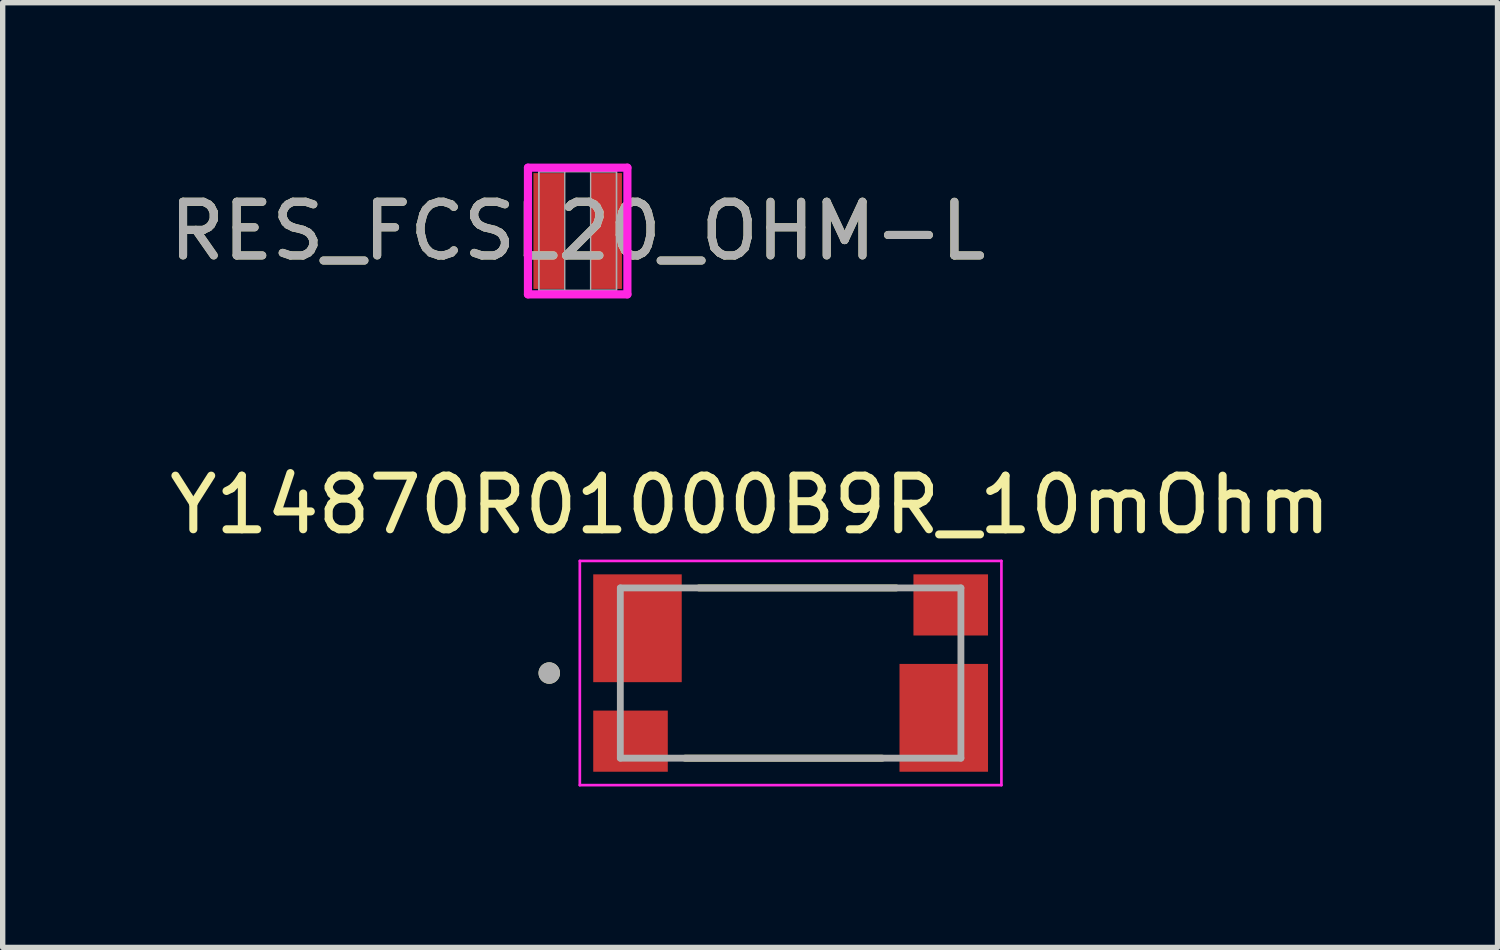
<source format=kicad_pcb>
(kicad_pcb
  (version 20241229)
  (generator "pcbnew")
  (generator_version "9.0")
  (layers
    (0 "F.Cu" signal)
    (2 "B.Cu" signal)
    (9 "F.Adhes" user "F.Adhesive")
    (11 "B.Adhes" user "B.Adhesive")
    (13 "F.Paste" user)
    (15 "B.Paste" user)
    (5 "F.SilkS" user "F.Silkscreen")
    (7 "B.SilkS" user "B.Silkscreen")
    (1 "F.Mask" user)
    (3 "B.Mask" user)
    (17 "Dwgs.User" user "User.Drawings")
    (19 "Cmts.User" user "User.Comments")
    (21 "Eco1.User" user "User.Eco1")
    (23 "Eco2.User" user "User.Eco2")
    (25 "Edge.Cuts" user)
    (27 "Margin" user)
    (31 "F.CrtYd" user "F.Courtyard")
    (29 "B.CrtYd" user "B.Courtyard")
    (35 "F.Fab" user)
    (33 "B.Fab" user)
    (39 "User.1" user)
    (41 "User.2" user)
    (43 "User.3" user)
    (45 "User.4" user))
  (footprint "RES_FCSL20_OHM-L"
    (layer "F.Cu")
    (at 7.72 1.257)
    (property "Reference" "RES_FCSL20_OHM-L" (at 0 0 0) (unlocked yes) (layer "F.SilkS") (effects (font (size 1 1) (thickness 0.15))))
    (attr smd)
    (fp_line (start -0.927 -1.181) (end 0.927 -1.181) (stroke (width 0.152) (type solid)) (layer "F.CrtYd"))
    (fp_line (start -0.927 1.181) (end -0.927 -1.181) (stroke (width 0.152) (type solid)) (layer "F.CrtYd"))
    (fp_line (start 0.927 -1.181) (end 0.927 1.181) (stroke (width 0.152) (type solid)) (layer "F.CrtYd"))
    (fp_line (start 0.927 1.181) (end -0.927 1.181) (stroke (width 0.152) (type solid)) (layer "F.CrtYd"))
    (fp_line (start -0.724 -1.105) (end -0.724 1.105) (stroke (width 0.025) (type solid)) (layer "F.Fab"))
    (fp_line (start -0.724 -1.105) (end -0.724 1.105) (stroke (width 0.025) (type solid)) (layer "F.Fab"))
    (fp_line (start -0.724 1.105) (end -0.241 1.105) (stroke (width 0.025) (type solid)) (layer "F.Fab"))
    (fp_line (start -0.724 1.105) (end 0.724 1.105) (stroke (width 0.025) (type solid)) (layer "F.Fab"))
    (fp_line (start -0.241 -1.105) (end -0.724 -1.105) (stroke (width 0.025) (type solid)) (layer "F.Fab"))
    (fp_line (start -0.241 1.105) (end -0.241 -1.105) (stroke (width 0.025) (type solid)) (layer "F.Fab"))
    (fp_line (start 0.241 -1.105) (end 0.241 1.105) (stroke (width 0.025) (type solid)) (layer "F.Fab"))
    (fp_line (start 0.241 1.105) (end 0.724 1.105) (stroke (width 0.025) (type solid)) (layer "F.Fab"))
    (fp_line (start 0.724 -1.105) (end -0.724 -1.105) (stroke (width 0.025) (type solid)) (layer "F.Fab"))
    (fp_line (start 0.724 -1.105) (end 0.241 -1.105) (stroke (width 0.025) (type solid)) (layer "F.Fab"))
    (fp_line (start 0.724 1.105) (end 0.724 -1.105) (stroke (width 0.025) (type solid)) (layer "F.Fab"))
    (fp_line (start 0.724 1.105) (end 0.724 -1.105) (stroke (width 0.025) (type solid)) (layer "F.Fab"))
    (fp_text user "${REFERENCE}" (at 0 0 0) (unlocked yes) (layer "F.Fab") (effects (font (size 1 1) (thickness 0.15))))
    (pad "1" smd rect (at -0.533 0) (size 0.584 2.159) (layers "F.Cu" "F.Mask" "F.Paste"))
    (pad "2" smd rect (at 0.533 0) (size 0.584 2.159) (layers "F.Cu" "F.Mask" "F.Paste"))
    (zone (net_name "") (layer "F.Cu") (hatch full 0.508) (connect_pads) (min_thickness 0.254) (filled_areas_thickness no) (keepout (tracks not_allowed) (vias not_allowed) (pads allowed) (copperpour not_allowed) (footprints allowed)) (placement (enabled no)) (fill) (polygon (pts (xy 7.53 0.203) (xy 7.911 0.203) (xy 7.911 2.311) (xy 7.53 2.311)))))
  (footprint "Y14870R01000B9R_10mOhm"
    (layer "F.Cu")
    (at 11.69 9.498)
    (property "Reference" "Y14870R01000B9R_10mOhm" (at -0.755 -3.135 0) (layer "F.SilkS") (effects (font (size 1 1) (thickness 0.15))))
    (attr smd)
    (fp_line (start -1.71 -1.587) (end 1.97 -1.587) (stroke (width 0.127) (type solid)) (layer "F.SilkS"))
    (fp_line (start 1.71 1.587) (end -1.97 1.587) (stroke (width 0.127) (type solid)) (layer "F.SilkS"))
    (fp_circle (center -4.5 0) (end -4.4 0) (stroke (width 0.2) (type solid)) (fill no) (layer "F.SilkS"))
    (fp_line (start -3.93 -2.09) (end 3.93 -2.09) (stroke (width 0.05) (type solid)) (layer "F.CrtYd"))
    (fp_line (start -3.93 2.09) (end -3.93 -2.09) (stroke (width 0.05) (type solid)) (layer "F.CrtYd"))
    (fp_line (start 3.93 -2.09) (end 3.93 2.09) (stroke (width 0.05) (type solid)) (layer "F.CrtYd"))
    (fp_line (start 3.93 2.09) (end -3.93 2.09) (stroke (width 0.05) (type solid)) (layer "F.CrtYd"))
    (fp_line (start -3.175 -1.587) (end 3.175 -1.587) (stroke (width 0.127) (type solid)) (layer "F.Fab"))
    (fp_line (start -3.175 1.587) (end -3.175 -1.587) (stroke (width 0.127) (type solid)) (layer "F.Fab"))
    (fp_line (start 3.175 -1.587) (end 3.175 1.587) (stroke (width 0.127) (type solid)) (layer "F.Fab"))
    (fp_line (start 3.175 1.587) (end -3.175 1.587) (stroke (width 0.127) (type solid)) (layer "F.Fab"))
    (fp_circle (center -4.5 0) (end -4.4 0) (stroke (width 0.2) (type solid)) (fill no) (layer "F.Fab"))
    (pad "E1" smd rect (at -2.985 1.27) (size 1.39 1.14) (layers "F.Cu" "F.Mask" "F.Paste"))
    (pad "E2" smd rect (at 2.985 -1.27) (size 1.39 1.14) (layers "F.Cu" "F.Mask" "F.Paste"))
    (pad "I1" smd rect (at -2.855 -0.835) (size 1.65 2.01) (layers "F.Cu" "F.Mask" "F.Paste"))
    (pad "I2" smd rect (at 2.855 0.835) (size 1.65 2.01) (layers "F.Cu" "F.Mask" "F.Paste")))
  (gr_rect
    (start -3 -3)
    (end 24.869 14.613)
    (stroke (width 0.1) (type default))
    (fill no)
    (layer "Edge.Cuts")))
</source>
